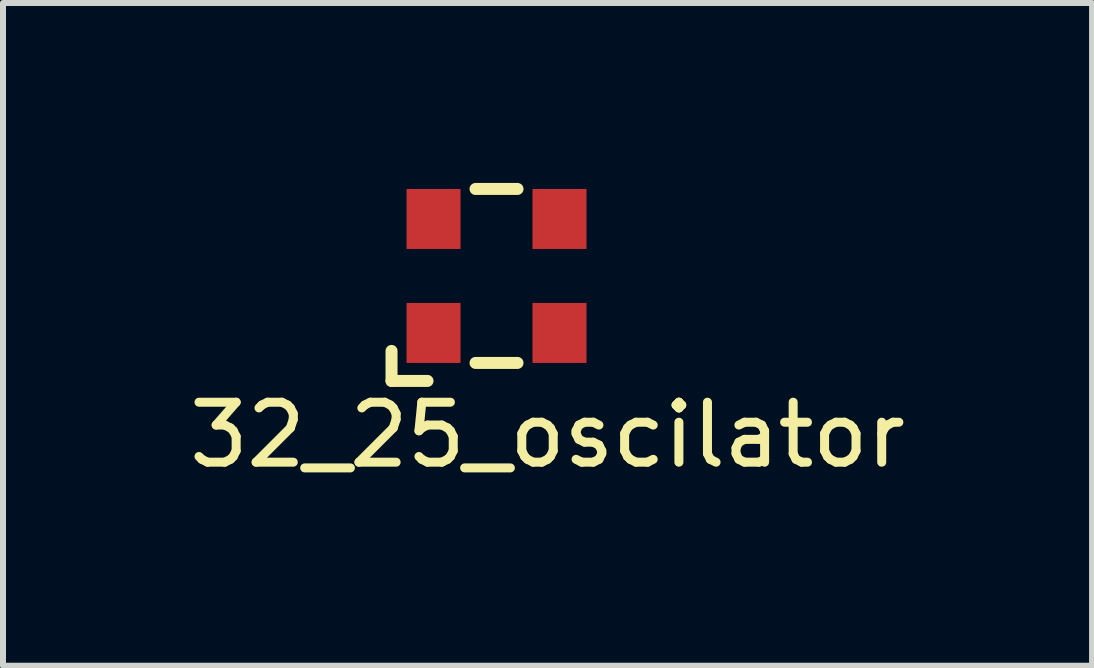
<source format=kicad_pcb>
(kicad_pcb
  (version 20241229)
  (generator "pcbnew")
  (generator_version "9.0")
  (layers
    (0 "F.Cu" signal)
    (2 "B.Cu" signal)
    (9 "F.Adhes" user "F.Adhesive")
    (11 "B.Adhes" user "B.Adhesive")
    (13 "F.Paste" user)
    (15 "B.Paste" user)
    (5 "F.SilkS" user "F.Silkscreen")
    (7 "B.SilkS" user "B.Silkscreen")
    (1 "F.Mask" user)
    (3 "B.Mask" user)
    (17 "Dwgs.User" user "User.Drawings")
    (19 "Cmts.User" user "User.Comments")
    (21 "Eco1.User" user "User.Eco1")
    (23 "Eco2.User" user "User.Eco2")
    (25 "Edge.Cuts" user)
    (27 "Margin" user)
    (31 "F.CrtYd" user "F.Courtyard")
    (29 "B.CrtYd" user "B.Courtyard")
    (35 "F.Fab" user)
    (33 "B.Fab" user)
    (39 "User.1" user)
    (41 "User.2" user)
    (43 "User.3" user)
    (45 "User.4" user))
  (footprint "32_25_oscilator"
    (layer "F.Cu")
    (at 4.177 2.5)
    (property "Reference" "32_25_oscilator" (at 1.9 1.7 0) (layer "F.SilkS") (effects (font (size 1 1) (thickness 0.15))))
    (attr through_hole)
    (fp_line (start -0.7 0.3) (end -0.7 0.8) (stroke (width 0.2) (type solid)) (layer "F.SilkS"))
    (fp_line (start -0.7 0.8) (end -0.1 0.8) (stroke (width 0.2) (type solid)) (layer "F.SilkS"))
    (fp_line (start 0.7 -2.4) (end 1.4 -2.4) (stroke (width 0.2) (type solid)) (layer "F.SilkS"))
    (fp_line (start 0.7 0.5) (end 1.4 0.5) (stroke (width 0.2) (type solid)) (layer "F.SilkS"))
    (pad "1" smd rect (at 0 0) (size 0.9 1) (layers "F.Cu" "F.Mask" "F.Paste"))
    (pad "2" smd rect (at 2.1 0) (size 0.9 1) (layers "F.Cu" "F.Mask" "F.Paste"))
    (pad "3" smd rect (at 2.1 -1.9) (size 0.9 1) (layers "F.Cu" "F.Mask" "F.Paste"))
    (pad "4" smd rect (at 0 -1.9) (size 0.9 1) (layers "F.Cu" "F.Mask" "F.Paste")))
  (gr_rect
    (start -3 -3)
    (end 15.155 8.048)
    (stroke (width 0.1) (type default))
    (fill no)
    (layer "Edge.Cuts")))
</source>
